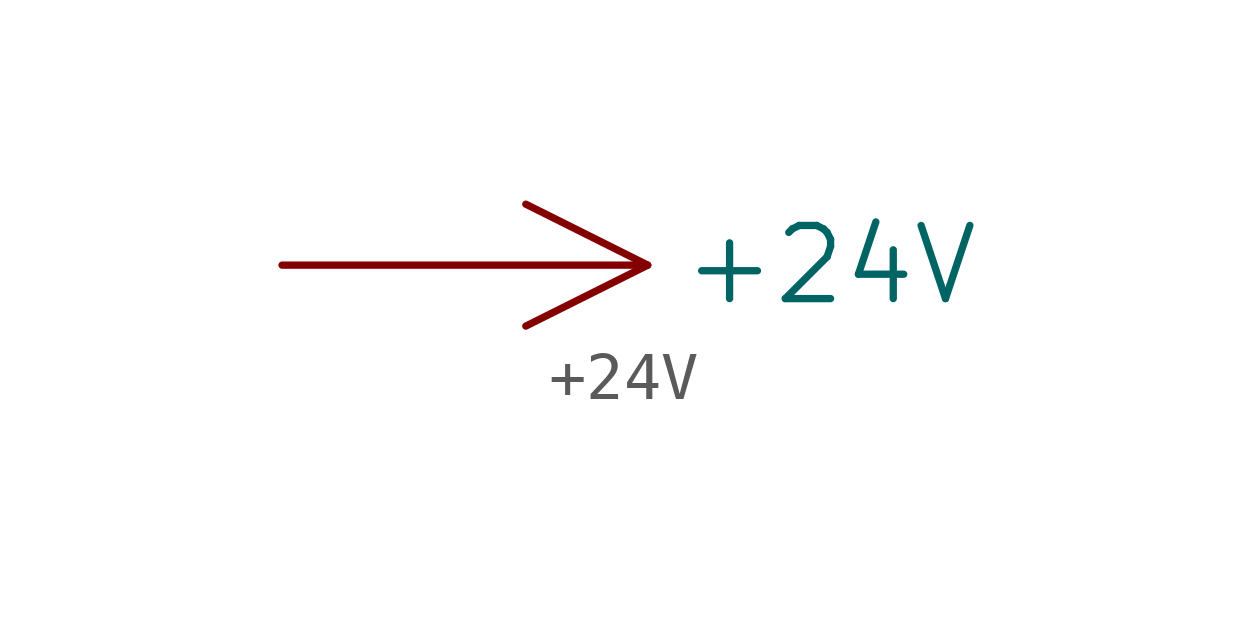
<source format=kicad_sym>
(kicad_symbol_lib
  (version 20220914)
  (generator kicad_symbol_editor)
  (symbol "+24V"
    (power)
    (pin_numbers hide)
    (pin_names
      (offset 0))
    (property "Reference" "+24V"
      (at 2.54 -1.27 0)
      (effects (font (size 1.524 1.524)) hide))
    (property "Value" "+24V"
      (at 11.43 0 0)
      (do_not_autoplace)
      (effects (font (size 1.524 1.524))))
    (property "Footprint" ""
      (at 0 0 0)
      (effects (font (size 1.524 1.524))))
    (property "Datasheet" ""
      (at 0 0 0)
      (effects (font (size 1.524 1.524))))
    (symbol "+24V_0_1"
      (polyline (pts (xy 0 0) (xy 7.62 0)) (stroke (width 0) (type solid)) (fill (type none)))
      (polyline (pts (xy 5.08 1.27) (xy 7.62 0) (xy 5.08 -1.27)) (stroke (width 0) (type solid)) (fill (type none))))
    (symbol "+24V_1_1"
      (pin power_in line (at 0 0 0) (length 5.08) hide (name "+24V" (effects (font (size 1.27 1.27)))) (number "~" (effects (font (size 1.27 1.27))))))))
</source>
